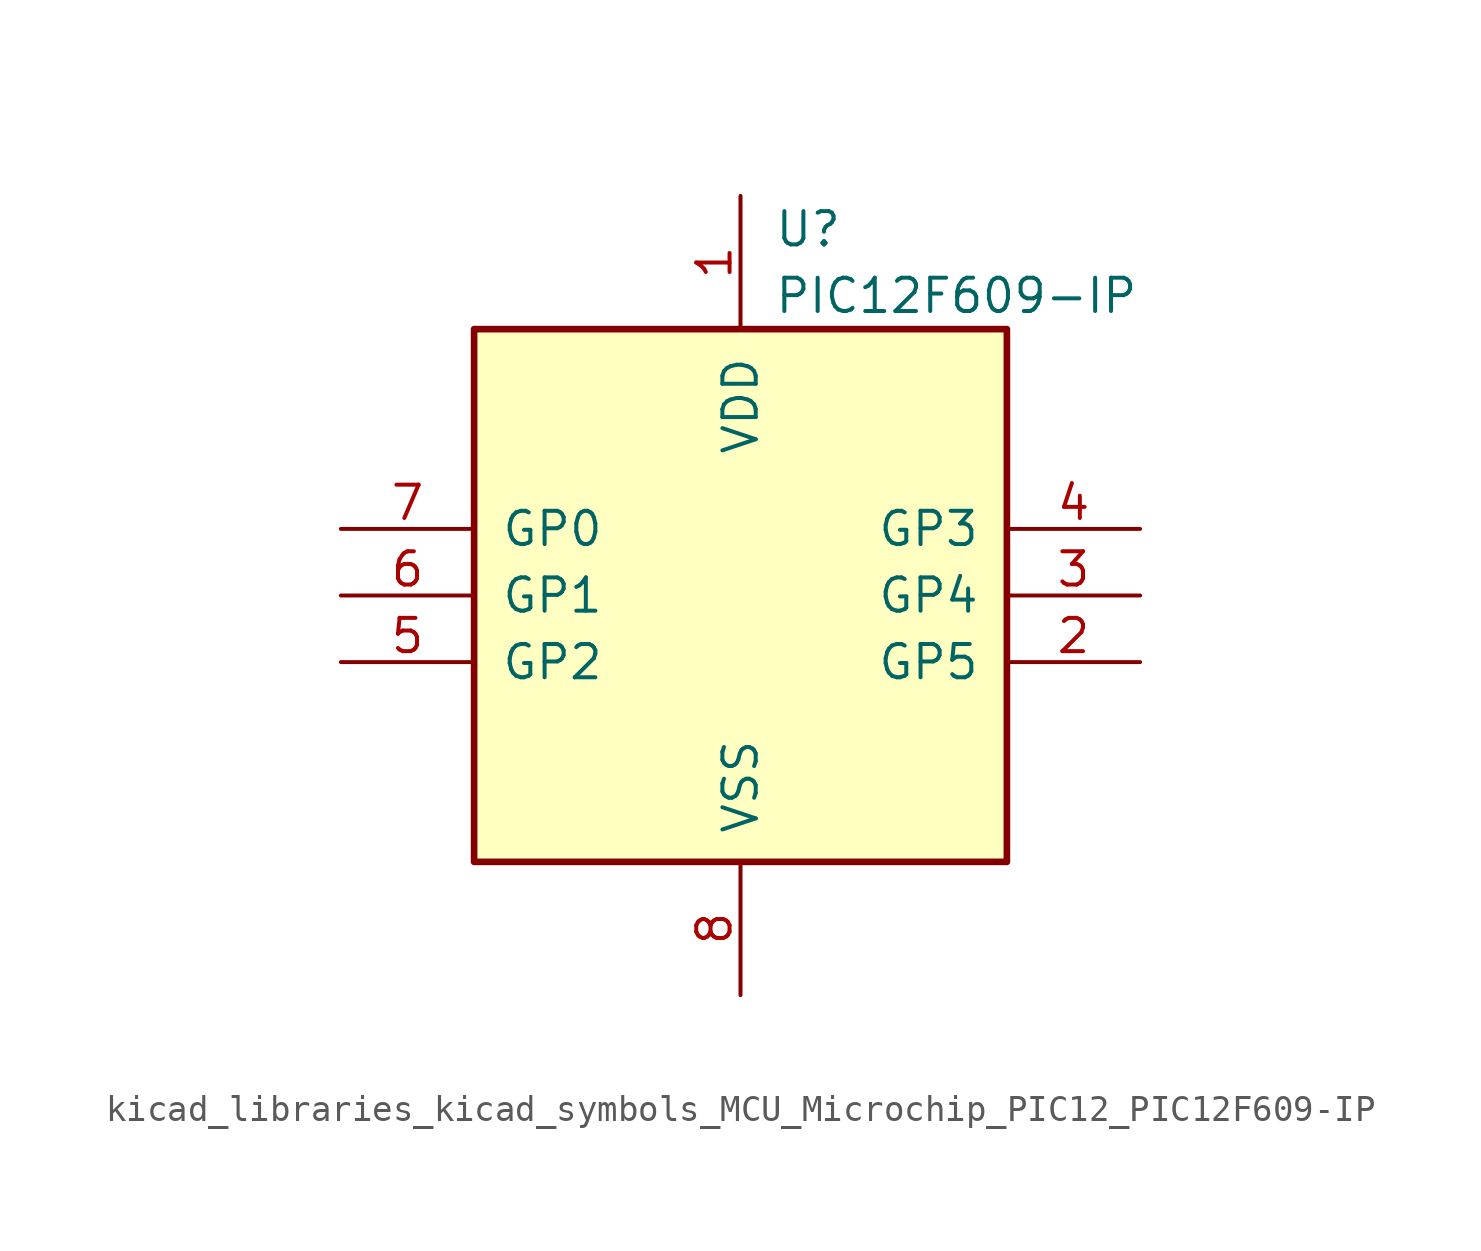
<source format=kicad_sym>
(kicad_symbol_lib
  (version 20220914)
  (generator kicad_symbol_editor)
  (symbol "kicad_libraries_kicad_symbols_MCU_Microchip_PIC12_PIC12F609-IP"
    (pin_names
      (offset 1.016))
    (property "Reference" "U"
      (at 1.27 13.97 0)
      (effects (font (size 1.27 1.27)) (justify left)))
    (property "Value" "PIC12F609-IP"
      (at 1.27 11.43 0)
      (effects (font (size 1.27 1.27)) (justify left)))
    (symbol "kicad_libraries_kicad_symbols_MCU_Microchip_PIC12_PIC12F609-IP_0_1"
      (rectangle (start 10.16 -10.16) (end -10.16 10.16) (stroke (width 0.254) (type default)) (fill (type background))))
    (symbol "kicad_libraries_kicad_symbols_MCU_Microchip_PIC12_PIC12F609-IP_1_1"
      (pin power_in line (at 0 15.24 270) (length 5.08) (name "VDD" (effects (font (size 1.27 1.27)))) (number "1" (effects (font (size 1.27 1.27)))))
      (pin bidirectional line (at 15.24 -2.54 180) (length 5.08) (name "GP5" (effects (font (size 1.27 1.27)))) (number "2" (effects (font (size 1.27 1.27)))))
      (pin bidirectional line (at 15.24 0 180) (length 5.08) (name "GP4" (effects (font (size 1.27 1.27)))) (number "3" (effects (font (size 1.27 1.27)))))
      (pin input line (at 15.24 2.54 180) (length 5.08) (name "GP3" (effects (font (size 1.27 1.27)))) (number "4" (effects (font (size 1.27 1.27)))))
      (pin bidirectional line (at -15.24 -2.54 0) (length 5.08) (name "GP2" (effects (font (size 1.27 1.27)))) (number "5" (effects (font (size 1.27 1.27)))))
      (pin bidirectional line (at -15.24 0 0) (length 5.08) (name "GP1" (effects (font (size 1.27 1.27)))) (number "6" (effects (font (size 1.27 1.27)))))
      (pin bidirectional line (at -15.24 2.54 0) (length 5.08) (name "GP0" (effects (font (size 1.27 1.27)))) (number "7" (effects (font (size 1.27 1.27)))))
      (pin power_in line (at 0 -15.24 90) (length 5.08) (name "VSS" (effects (font (size 1.27 1.27)))) (number "8" (effects (font (size 1.27 1.27))))))))
</source>
